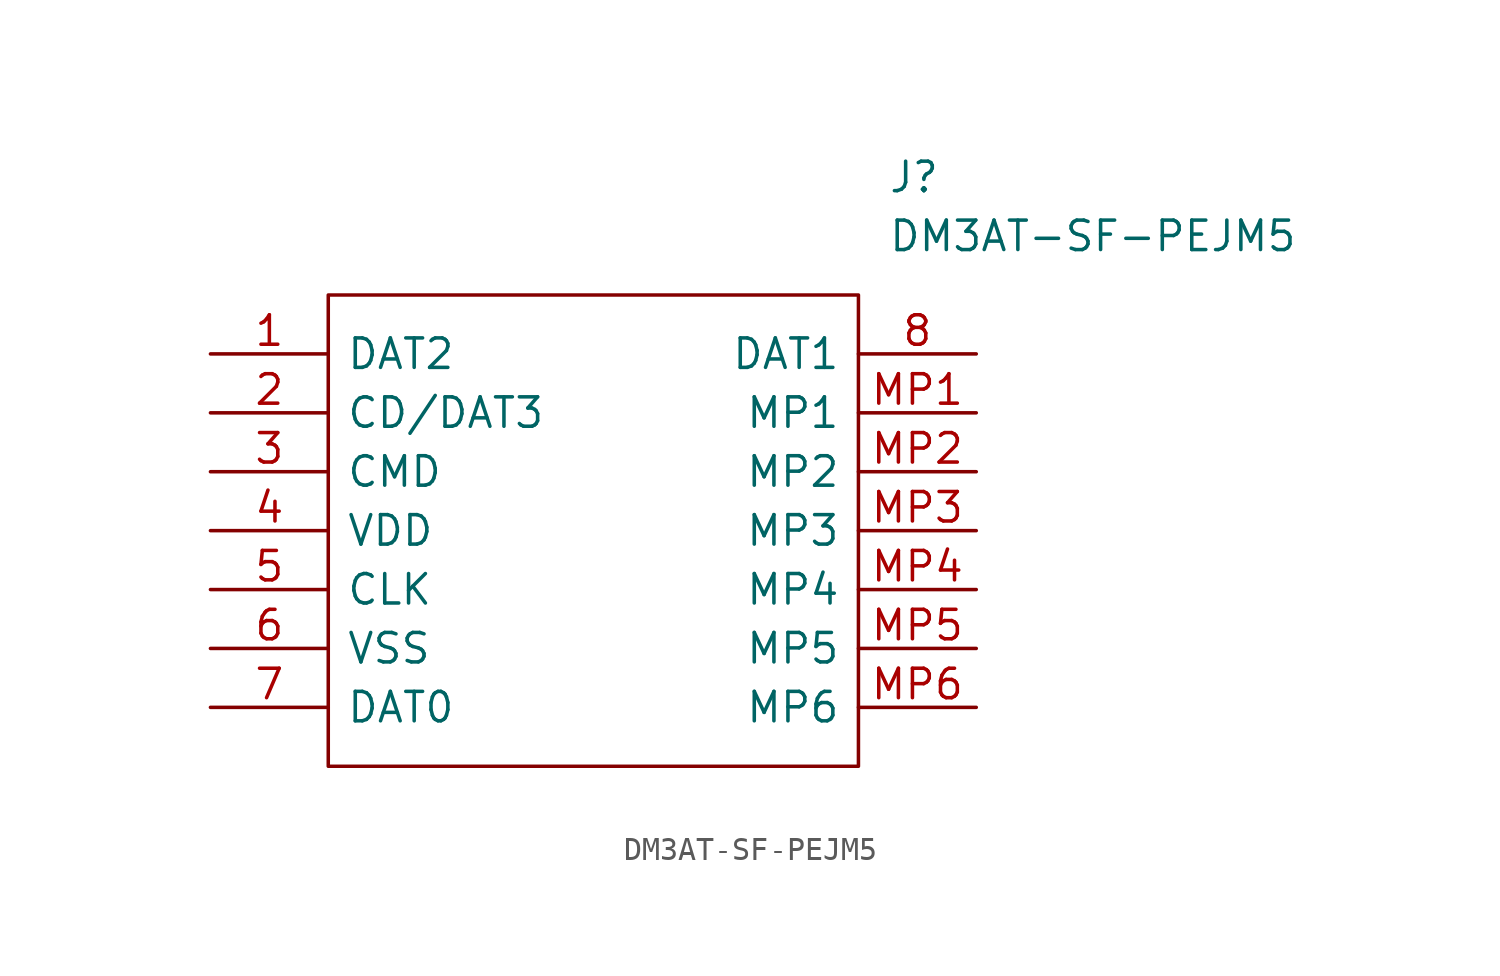
<source format=kicad_sym>
(kicad_symbol_lib
  (version 20211014)
  (generator kicad_symbol_editor)
  (symbol "DM3AT-SF-PEJM5"
    (pin_names
      (offset 0.762))
    (property "Reference" "J"
      (at 29.21 7.62 0)
      (effects (font (size 1.27 1.27)) (justify left)))
    (property "Value" "DM3AT-SF-PEJM5"
      (at 29.21 5.08 0)
      (effects (font (size 1.27 1.27)) (justify left)))
    (symbol "DM3AT-SF-PEJM5_0_0"
      (pin passive line (at 0 0 0) (length 5.08) (name "DAT2" (effects (font (size 1.27 1.27)))) (number "1" (effects (font (size 1.27 1.27)))))
      (pin passive line (at 0 -2.54 0) (length 5.08) (name "CD/DAT3" (effects (font (size 1.27 1.27)))) (number "2" (effects (font (size 1.27 1.27)))))
      (pin passive line (at 0 -5.08 0) (length 5.08) (name "CMD" (effects (font (size 1.27 1.27)))) (number "3" (effects (font (size 1.27 1.27)))))
      (pin passive line (at 0 -7.62 0) (length 5.08) (name "VDD" (effects (font (size 1.27 1.27)))) (number "4" (effects (font (size 1.27 1.27)))))
      (pin passive line (at 0 -10.16 0) (length 5.08) (name "CLK" (effects (font (size 1.27 1.27)))) (number "5" (effects (font (size 1.27 1.27)))))
      (pin passive line (at 0 -12.7 0) (length 5.08) (name "VSS" (effects (font (size 1.27 1.27)))) (number "6" (effects (font (size 1.27 1.27)))))
      (pin passive line (at 0 -15.24 0) (length 5.08) (name "DAT0" (effects (font (size 1.27 1.27)))) (number "7" (effects (font (size 1.27 1.27)))))
      (pin passive line (at 33.02 0 180) (length 5.08) (name "DAT1" (effects (font (size 1.27 1.27)))) (number "8" (effects (font (size 1.27 1.27)))))
      (pin passive line (at 33.02 -2.54 180) (length 5.08) (name "MP1" (effects (font (size 1.27 1.27)))) (number "MP1" (effects (font (size 1.27 1.27)))))
      (pin passive line (at 33.02 -5.08 180) (length 5.08) (name "MP2" (effects (font (size 1.27 1.27)))) (number "MP2" (effects (font (size 1.27 1.27)))))
      (pin passive line (at 33.02 -7.62 180) (length 5.08) (name "MP3" (effects (font (size 1.27 1.27)))) (number "MP3" (effects (font (size 1.27 1.27)))))
      (pin passive line (at 33.02 -10.16 180) (length 5.08) (name "MP4" (effects (font (size 1.27 1.27)))) (number "MP4" (effects (font (size 1.27 1.27)))))
      (pin passive line (at 33.02 -12.7 180) (length 5.08) (name "MP5" (effects (font (size 1.27 1.27)))) (number "MP5" (effects (font (size 1.27 1.27)))))
      (pin passive line (at 33.02 -15.24 180) (length 5.08) (name "MP6" (effects (font (size 1.27 1.27)))) (number "MP6" (effects (font (size 1.27 1.27))))))
    (symbol "DM3AT-SF-PEJM5_0_1"
      (polyline (pts (xy 5.08 2.54) (xy 27.94 2.54) (xy 27.94 -17.78) (xy 5.08 -17.78) (xy 5.08 2.54)) (stroke (width 0.152) (type default) (color 0 0 0 0)) (fill (type none))))))
</source>
